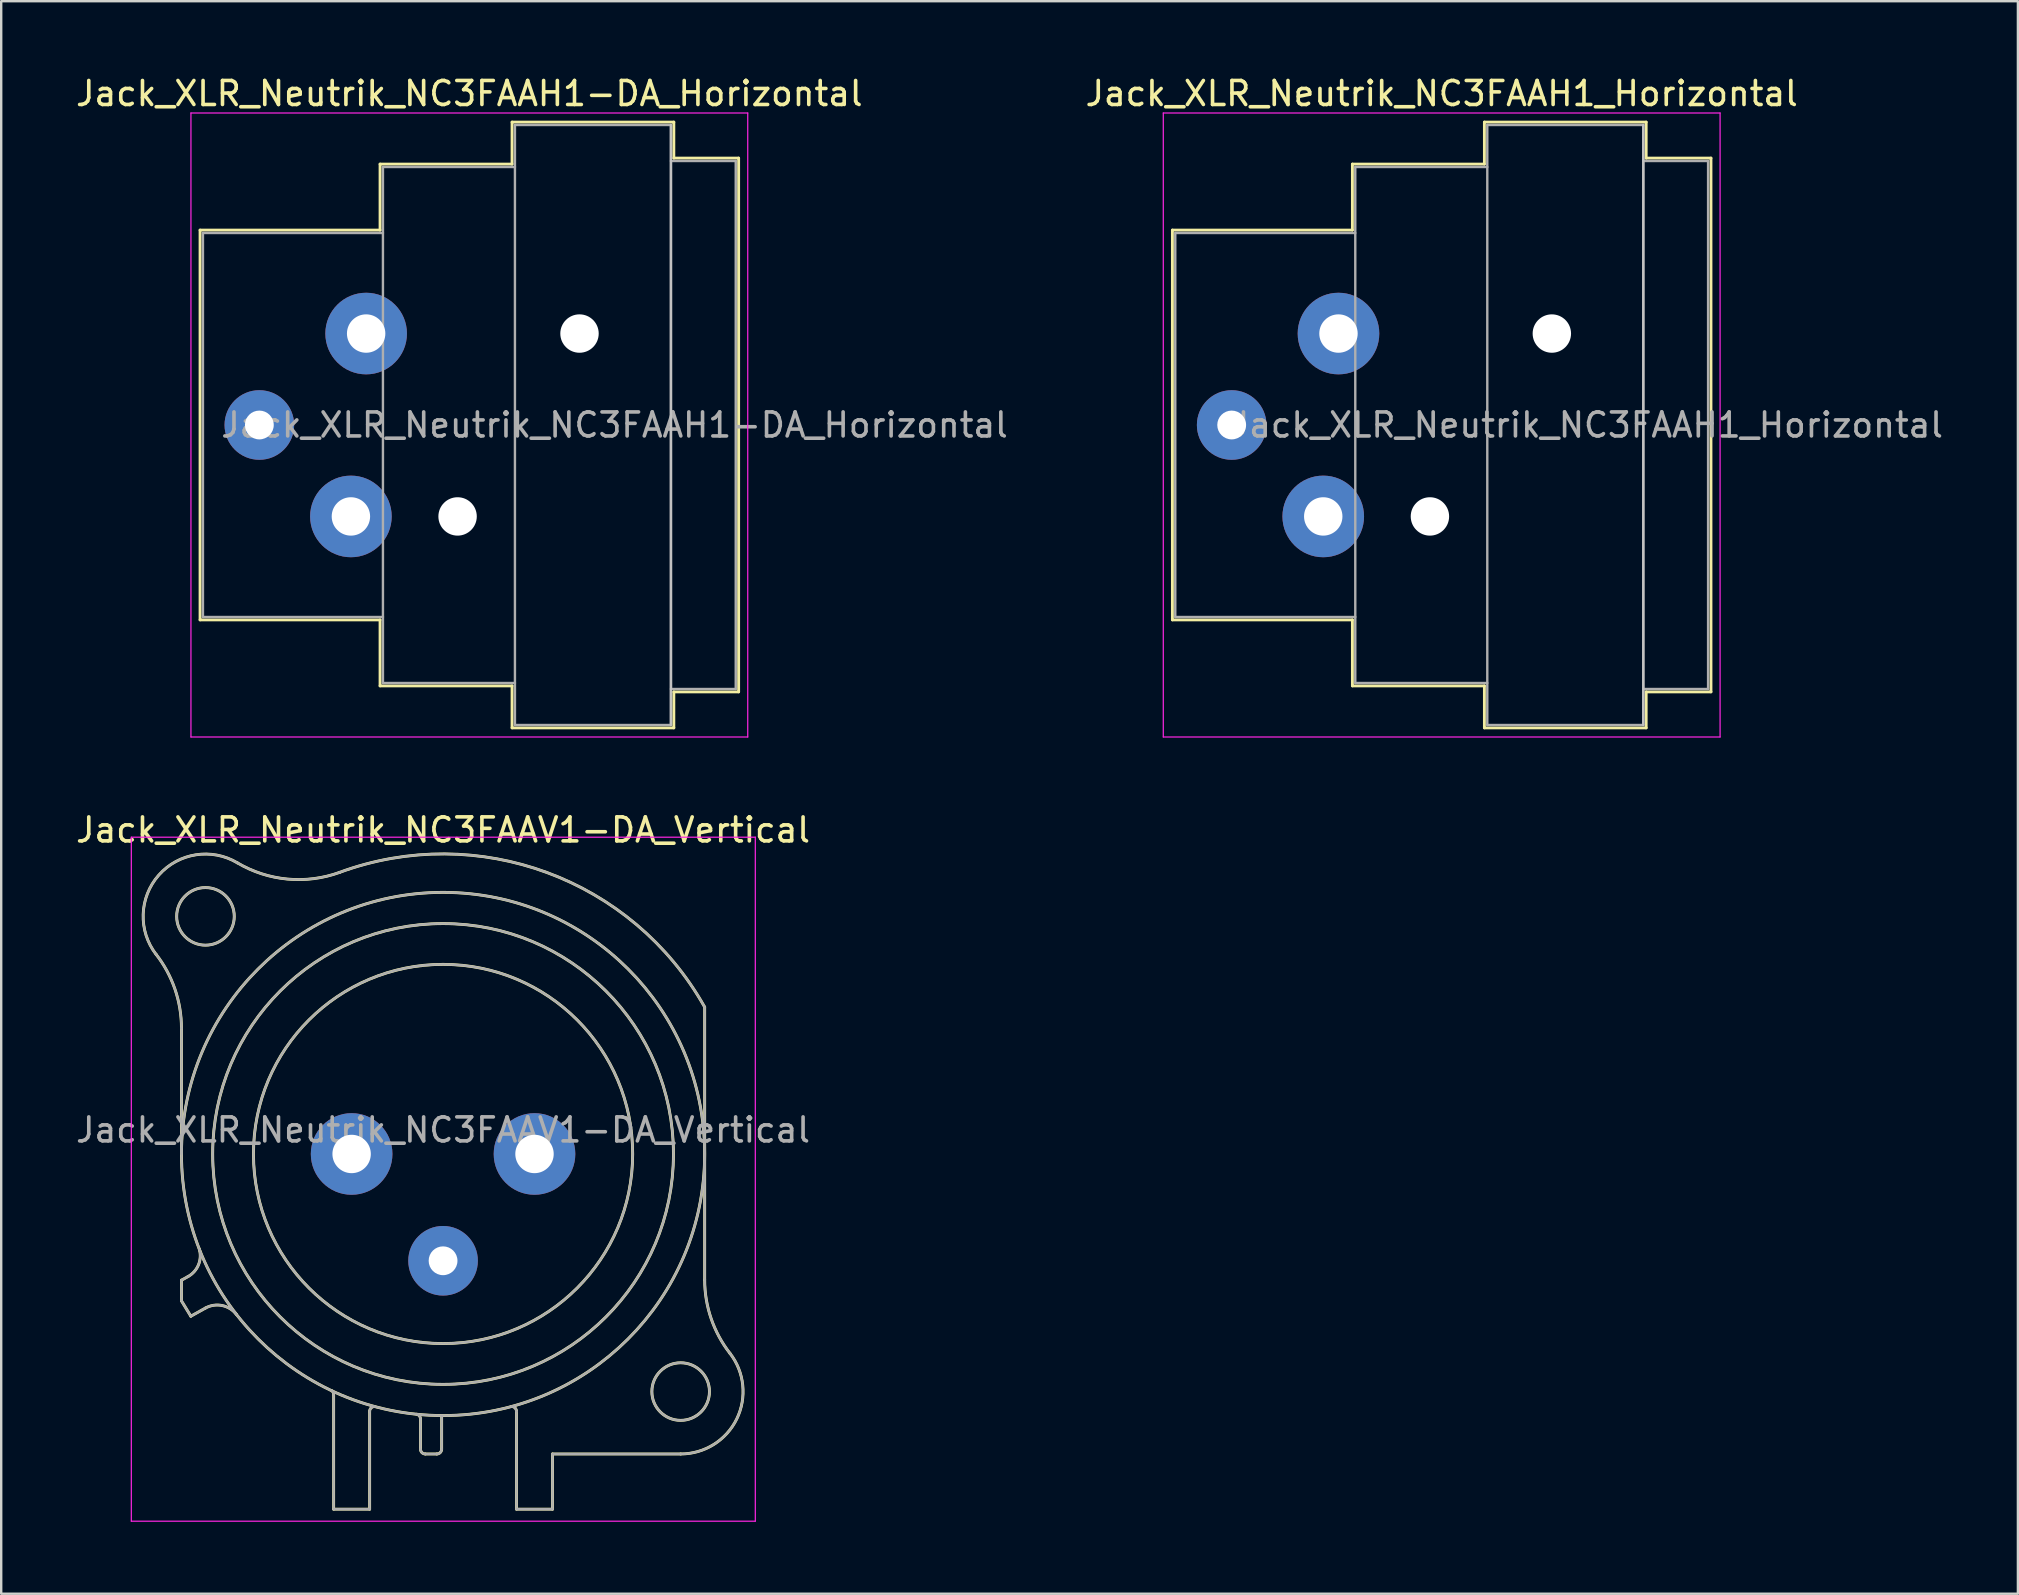
<source format=kicad_pcb>
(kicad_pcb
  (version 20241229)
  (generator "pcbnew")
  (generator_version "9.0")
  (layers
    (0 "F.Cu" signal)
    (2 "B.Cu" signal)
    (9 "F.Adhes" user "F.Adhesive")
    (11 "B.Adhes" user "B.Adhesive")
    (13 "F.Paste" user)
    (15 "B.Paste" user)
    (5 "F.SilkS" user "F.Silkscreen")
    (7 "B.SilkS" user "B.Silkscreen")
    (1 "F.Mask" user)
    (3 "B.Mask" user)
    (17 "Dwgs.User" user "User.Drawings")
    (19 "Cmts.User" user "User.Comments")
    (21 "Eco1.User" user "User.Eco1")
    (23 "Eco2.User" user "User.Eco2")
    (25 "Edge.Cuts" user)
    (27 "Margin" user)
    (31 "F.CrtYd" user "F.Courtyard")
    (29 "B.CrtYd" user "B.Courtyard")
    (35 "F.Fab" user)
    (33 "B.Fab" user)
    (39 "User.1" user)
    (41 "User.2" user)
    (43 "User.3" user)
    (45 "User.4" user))
  (footprint "Jack_XLR_Neutrik_NC3FAAH1-DA_Horizontal"
    (layer "F.Cu")
    (at 12.206 10.848)
    (property "Reference" "Jack_XLR_Neutrik_NC3FAAH1-DA_Horizontal" (at 4.3 -10 0) (layer "F.SilkS") (effects (font (size 1 1) (thickness 0.15))))
    (attr through_hole)
    (fp_line (start -6.92 -4.31) (end -6.92 11.93) (stroke (width 0.12) (type solid)) (layer "F.SilkS"))
    (fp_line (start 0.58 -7.06) (end 0.58 -4.31) (stroke (width 0.12) (type solid)) (layer "F.SilkS"))
    (fp_line (start 0.58 -4.31) (end -6.92 -4.31) (stroke (width 0.12) (type solid)) (layer "F.SilkS"))
    (fp_line (start 0.58 11.93) (end -6.92 11.93) (stroke (width 0.12) (type solid)) (layer "F.SilkS"))
    (fp_line (start 0.58 11.93) (end 0.58 14.68) (stroke (width 0.12) (type solid)) (layer "F.SilkS"))
    (fp_line (start 6.08 -7.06) (end 0.58 -7.06) (stroke (width 0.12) (type solid)) (layer "F.SilkS"))
    (fp_line (start 6.08 -7.06) (end 6.08 -8.81) (stroke (width 0.12) (type solid)) (layer "F.SilkS"))
    (fp_line (start 6.08 14.68) (end 0.58 14.68) (stroke (width 0.12) (type solid)) (layer "F.SilkS"))
    (fp_line (start 6.08 16.43) (end 6.08 14.68) (stroke (width 0.12) (type solid)) (layer "F.SilkS"))
    (fp_line (start 12.82 -8.81) (end 6.08 -8.81) (stroke (width 0.12) (type solid)) (layer "F.SilkS"))
    (fp_line (start 12.82 -8.81) (end 12.82 -7.31) (stroke (width 0.12) (type solid)) (layer "F.SilkS"))
    (fp_line (start 12.82 -7.31) (end 15.52 -7.31) (stroke (width 0.12) (type solid)) (layer "F.SilkS"))
    (fp_line (start 12.82 14.93) (end 12.82 16.43) (stroke (width 0.12) (type solid)) (layer "F.SilkS"))
    (fp_line (start 12.82 14.93) (end 15.52 14.93) (stroke (width 0.12) (type solid)) (layer "F.SilkS"))
    (fp_line (start 12.82 16.43) (end 6.08 16.43) (stroke (width 0.12) (type solid)) (layer "F.SilkS"))
    (fp_line (start 15.52 -7.31) (end 15.52 14.93) (stroke (width 0.12) (type solid)) (layer "F.SilkS"))
    (fp_line (start 12.7 -8.69) (end 12.7 16.31) (stroke (width 0.1) (type solid)) (layer "Dwgs.User"))
    (fp_line (start -7.3 -9.19) (end -7.3 16.81) (stroke (width 0.05) (type solid)) (layer "F.CrtYd"))
    (fp_line (start 15.9 -9.19) (end -7.3 -9.19) (stroke (width 0.05) (type solid)) (layer "F.CrtYd"))
    (fp_line (start 15.9 -9.19) (end 15.9 16.81) (stroke (width 0.05) (type solid)) (layer "F.CrtYd"))
    (fp_line (start 15.9 16.81) (end -7.3 16.81) (stroke (width 0.05) (type solid)) (layer "F.CrtYd"))
    (fp_line (start -6.8 -4.19) (end -6.8 11.81) (stroke (width 0.1) (type solid)) (layer "F.Fab"))
    (fp_line (start -6.8 11.81) (end 0.7 11.81) (stroke (width 0.1) (type solid)) (layer "F.Fab"))
    (fp_line (start 0.7 -6.94) (end 0.7 14.56) (stroke (width 0.1) (type solid)) (layer "F.Fab"))
    (fp_line (start 0.7 -4.19) (end -6.8 -4.19) (stroke (width 0.1) (type solid)) (layer "F.Fab"))
    (fp_line (start 0.7 14.56) (end 6.2 14.56) (stroke (width 0.1) (type solid)) (layer "F.Fab"))
    (fp_line (start 6.2 -8.69) (end 12.7 -8.69) (stroke (width 0.1) (type solid)) (layer "F.Fab"))
    (fp_line (start 6.2 -6.94) (end 0.7 -6.94) (stroke (width 0.1) (type solid)) (layer "F.Fab"))
    (fp_line (start 6.2 16.31) (end 6.2 -8.69) (stroke (width 0.1) (type solid)) (layer "F.Fab"))
    (fp_line (start 12.7 -8.69) (end 12.7 16.31) (stroke (width 0.1) (type solid)) (layer "F.Fab"))
    (fp_line (start 12.7 -7.19) (end 15.4 -7.19) (stroke (width 0.1) (type solid)) (layer "F.Fab"))
    (fp_line (start 12.7 16.31) (end 6.2 16.31) (stroke (width 0.1) (type solid)) (layer "F.Fab"))
    (fp_line (start 15.4 -7.19) (end 15.4 14.81) (stroke (width 0.1) (type solid)) (layer "F.Fab"))
    (fp_line (start 15.4 14.81) (end 12.7 14.81) (stroke (width 0.1) (type solid)) (layer "F.Fab"))
    (fp_text user "${REFERENCE}" (at 10.35 3.81 0) (layer "F.Fab") (effects (font (size 1 1) (thickness 0.15))))
    (pad "" np_thru_hole circle (at 3.81 7.62) (size 1.6 1.6) (drill 1.6) (layers "*.Cu" "*.Mask"))
    (pad "" np_thru_hole circle (at 8.89 0) (size 1.6 1.6) (drill 1.6) (layers "*.Cu" "*.Mask"))
    (pad "1" thru_hole circle (at 0 0) (size 3.4 3.4) (drill 1.6) (layers "*.Cu" "*.Mask"))
    (pad "2" thru_hole circle (at -0.635 7.62) (size 3.4 3.4) (drill 1.6) (layers "*.Cu" "*.Mask"))
    (pad "3" thru_hole circle (at -4.45 3.81) (size 2.9 2.9) (drill 1.2) (layers "*.Cu" "*.Mask")))
  (footprint "Jack_XLR_Neutrik_NC3FAAH1_Horizontal"
    (layer "F.Cu")
    (at 52.72 10.848)
    (property "Reference" "Jack_XLR_Neutrik_NC3FAAH1_Horizontal" (at 4.3 -10 0) (layer "F.SilkS") (effects (font (size 1 1) (thickness 0.15))))
    (attr through_hole)
    (fp_line (start -6.92 -4.31) (end -6.92 11.93) (stroke (width 0.12) (type solid)) (layer "F.SilkS"))
    (fp_line (start 0.58 -7.06) (end 0.58 -4.31) (stroke (width 0.12) (type solid)) (layer "F.SilkS"))
    (fp_line (start 0.58 -4.31) (end -6.92 -4.31) (stroke (width 0.12) (type solid)) (layer "F.SilkS"))
    (fp_line (start 0.58 11.93) (end -6.92 11.93) (stroke (width 0.12) (type solid)) (layer "F.SilkS"))
    (fp_line (start 0.58 11.93) (end 0.58 14.68) (stroke (width 0.12) (type solid)) (layer "F.SilkS"))
    (fp_line (start 6.08 -7.06) (end 0.58 -7.06) (stroke (width 0.12) (type solid)) (layer "F.SilkS"))
    (fp_line (start 6.08 -7.06) (end 6.08 -8.81) (stroke (width 0.12) (type solid)) (layer "F.SilkS"))
    (fp_line (start 6.08 14.68) (end 0.58 14.68) (stroke (width 0.12) (type solid)) (layer "F.SilkS"))
    (fp_line (start 6.08 16.43) (end 6.08 14.68) (stroke (width 0.12) (type solid)) (layer "F.SilkS"))
    (fp_line (start 12.82 -8.81) (end 6.08 -8.81) (stroke (width 0.12) (type solid)) (layer "F.SilkS"))
    (fp_line (start 12.82 -8.81) (end 12.82 -7.31) (stroke (width 0.12) (type solid)) (layer "F.SilkS"))
    (fp_line (start 12.82 -7.31) (end 15.52 -7.31) (stroke (width 0.12) (type solid)) (layer "F.SilkS"))
    (fp_line (start 12.82 14.93) (end 12.82 16.43) (stroke (width 0.12) (type solid)) (layer "F.SilkS"))
    (fp_line (start 12.82 14.93) (end 15.52 14.93) (stroke (width 0.12) (type solid)) (layer "F.SilkS"))
    (fp_line (start 12.82 16.43) (end 6.08 16.43) (stroke (width 0.12) (type solid)) (layer "F.SilkS"))
    (fp_line (start 15.52 -7.31) (end 15.52 14.93) (stroke (width 0.12) (type solid)) (layer "F.SilkS"))
    (fp_line (start 12.7 -8.69) (end 12.7 16.31) (stroke (width 0.1) (type solid)) (layer "Dwgs.User"))
    (fp_line (start -7.3 -9.19) (end -7.3 16.81) (stroke (width 0.05) (type solid)) (layer "F.CrtYd"))
    (fp_line (start 15.9 -9.19) (end -7.3 -9.19) (stroke (width 0.05) (type solid)) (layer "F.CrtYd"))
    (fp_line (start 15.9 -9.19) (end 15.9 16.81) (stroke (width 0.05) (type solid)) (layer "F.CrtYd"))
    (fp_line (start 15.9 16.81) (end -7.3 16.81) (stroke (width 0.05) (type solid)) (layer "F.CrtYd"))
    (fp_line (start -6.8 -4.19) (end -6.8 11.81) (stroke (width 0.1) (type solid)) (layer "F.Fab"))
    (fp_line (start -6.8 11.81) (end 0.7 11.81) (stroke (width 0.1) (type solid)) (layer "F.Fab"))
    (fp_line (start 0.7 -6.94) (end 0.7 14.56) (stroke (width 0.1) (type solid)) (layer "F.Fab"))
    (fp_line (start 0.7 -4.19) (end -6.8 -4.19) (stroke (width 0.1) (type solid)) (layer "F.Fab"))
    (fp_line (start 0.7 14.56) (end 6.2 14.56) (stroke (width 0.1) (type solid)) (layer "F.Fab"))
    (fp_line (start 6.2 -8.69) (end 12.7 -8.69) (stroke (width 0.1) (type solid)) (layer "F.Fab"))
    (fp_line (start 6.2 -6.94) (end 0.7 -6.94) (stroke (width 0.1) (type solid)) (layer "F.Fab"))
    (fp_line (start 6.2 16.31) (end 6.2 -8.69) (stroke (width 0.1) (type solid)) (layer "F.Fab"))
    (fp_line (start 12.7 -8.69) (end 12.7 16.31) (stroke (width 0.1) (type solid)) (layer "F.Fab"))
    (fp_line (start 12.7 -7.19) (end 15.4 -7.19) (stroke (width 0.1) (type solid)) (layer "F.Fab"))
    (fp_line (start 12.7 16.31) (end 6.2 16.31) (stroke (width 0.1) (type solid)) (layer "F.Fab"))
    (fp_line (start 15.4 -7.19) (end 15.4 14.81) (stroke (width 0.1) (type solid)) (layer "F.Fab"))
    (fp_line (start 15.4 14.81) (end 12.7 14.81) (stroke (width 0.1) (type solid)) (layer "F.Fab"))
    (fp_text user "${REFERENCE}" (at 10.35 3.81 0) (layer "F.Fab") (effects (font (size 1 1) (thickness 0.15))))
    (pad "" np_thru_hole circle (at 3.81 7.62) (size 1.6 1.6) (drill 1.6) (layers "*.Cu" "*.Mask"))
    (pad "" np_thru_hole circle (at 8.89 0) (size 1.6 1.6) (drill 1.6) (layers "*.Cu" "*.Mask"))
    (pad "1" thru_hole circle (at 0 0) (size 3.4 3.4) (drill 1.6) (layers "*.Cu" "*.Mask"))
    (pad "2" thru_hole circle (at -0.635 7.62) (size 3.4 3.4) (drill 1.6) (layers "*.Cu" "*.Mask"))
    (pad "3" thru_hole circle (at -4.45 3.81) (size 2.9 2.9) (drill 1.2) (layers "*.Cu" "*.Mask")))
  (footprint "Jack_XLR_Neutrik_NC3FAAV1-DA_Vertical"
    (layer "F.Cu")
    (at 19.221 45.032)
    (property "Reference" "Jack_XLR_Neutrik_NC3FAAV1-DA_Vertical" (at -3.81 -13.5 0) (layer "F.SilkS") (effects (font (size 1 1) (thickness 0.15))))
    (attr through_hole)
    (fp_line (start -14.71 0) (end -14.71 -5.24) (stroke (width 0.12) (type solid)) (layer "F.SilkS"))
    (fp_line (start -14.71 5.26) (end -14.44 5.11) (stroke (width 0.12) (type solid)) (layer "F.SilkS"))
    (fp_line (start -14.71 6.12) (end -14.71 5.26) (stroke (width 0.12) (type solid)) (layer "F.SilkS"))
    (fp_line (start -14.32 6.76) (end -14.71 6.12) (stroke (width 0.12) (type solid)) (layer "F.SilkS"))
    (fp_line (start -13.71 6.42) (end -14.32 6.76) (stroke (width 0.12) (type solid)) (layer "F.SilkS"))
    (fp_line (start -8.37 10.03) (end -8.37 14.8) (stroke (width 0.12) (type solid)) (layer "F.SilkS"))
    (fp_line (start -6.87 14.8) (end -8.37 14.8) (stroke (width 0.12) (type solid)) (layer "F.SilkS"))
    (fp_line (start -6.87 14.8) (end -6.87 10.73) (stroke (width 0.12) (type solid)) (layer "F.SilkS"))
    (fp_line (start -4.75 11.04) (end -4.75 12.3) (stroke (width 0.12) (type solid)) (layer "F.SilkS"))
    (fp_line (start -4.07 12.5) (end -4.55 12.5) (stroke (width 0.12) (type solid)) (layer "F.SilkS"))
    (fp_line (start -3.87 10.9) (end -3.87 12.3) (stroke (width 0.12) (type solid)) (layer "F.SilkS"))
    (fp_line (start -0.75 10.73) (end -0.75 10.73) (stroke (width 0.12) (type solid)) (layer "F.SilkS"))
    (fp_line (start -0.75 14.8) (end -0.75 10.73) (stroke (width 0.12) (type solid)) (layer "F.SilkS"))
    (fp_line (start 0.75 12.5) (end 6.09 12.5) (stroke (width 0.12) (type solid)) (layer "F.SilkS"))
    (fp_line (start 0.75 14.8) (end -0.75 14.8) (stroke (width 0.12) (type solid)) (layer "F.SilkS"))
    (fp_line (start 0.75 14.8) (end 0.75 12.5) (stroke (width 0.12) (type solid)) (layer "F.SilkS"))
    (fp_line (start 7.09 5.24) (end 7.09 -6.12) (stroke (width 0.12) (type solid)) (layer "F.SilkS"))
    (fp_arc (start -15.766689 -8.317569) (mid -14.98153 -6.866962) (end -14.71 -5.24) (stroke (width 0.12) (type solid)) (layer "F.SilkS"))
    (fp_arc (start -15.761979 -8.309032) (mid -15.65429 -11.620911) (end -12.38 -12.13) (stroke (width 0.12) (type solid)) (layer "F.SilkS"))
    (fp_arc (start -13.969214 3.951372) (mid -13.999461 4.614043) (end -14.44 5.11) (stroke (width 0.12) (type solid)) (layer "F.SilkS"))
    (fp_arc (start -13.71 6.42) (mid -13.01025 6.315915) (end -12.412202 6.693832) (stroke (width 0.12) (type solid)) (layer "F.SilkS"))
    (fp_arc (start -8.436364 9.870864) (mid -8.385177 9.942924) (end -8.37 10.03) (stroke (width 0.12) (type solid)) (layer "F.SilkS"))
    (fp_arc (start -8.12905 -11.730738) (mid 0.51404 -11.7289) (end 7.09 -6.12) (stroke (width 0.12) (type solid)) (layer "F.SilkS"))
    (fp_arc (start -8.118081 -11.733841) (mid -10.293498 -11.453642) (end -12.38 -12.13) (stroke (width 0.12) (type solid)) (layer "F.SilkS"))
    (fp_arc (start -6.87 10.73) (mid -6.814828 10.588126) (end -6.678303 10.520799) (stroke (width 0.12) (type solid)) (layer "F.SilkS"))
    (fp_arc (start -4.908418 10.84437) (mid -4.794571 10.914136) (end -4.75 11.04) (stroke (width 0.12) (type solid)) (layer "F.SilkS"))
    (fp_arc (start -4.55 12.5) (mid -4.691421 12.441421) (end -4.75 12.3) (stroke (width 0.12) (type solid)) (layer "F.SilkS"))
    (fp_arc (start -3.87 12.3) (mid -3.928579 12.441421) (end -4.07 12.5) (stroke (width 0.12) (type solid)) (layer "F.SilkS"))
    (fp_arc (start -0.949009 10.520288) (mid -0.807671 10.585446) (end -0.75 10.73) (stroke (width 0.12) (type solid)) (layer "F.SilkS"))
    (fp_arc (start 8.141619 8.302858) (mid 8.42587 11.041804) (end 6.09 12.5) (stroke (width 0.12) (type solid)) (layer "F.SilkS"))
    (fp_arc (start 8.14247 8.305283) (mid 7.360446 6.860467) (end 7.09 5.24) (stroke (width 0.12) (type solid)) (layer "F.SilkS"))
    (fp_circle (center -13.71 -9.9) (end -12.51 -9.9) (stroke (width 0.12) (type solid)) (fill no) (layer "F.SilkS"))
    (fp_circle (center -3.81 0) (end 4.09 0) (stroke (width 0.12) (type solid)) (fill no) (layer "F.SilkS"))
    (fp_circle (center -3.81 0) (end 5.79 0) (stroke (width 0.12) (type solid)) (fill no) (layer "F.SilkS"))
    (fp_circle (center -3.81 0) (end 7.09 0) (stroke (width 0.12) (type solid)) (fill no) (layer "F.SilkS"))
    (fp_circle (center 6.09 9.9) (end 7.29 9.9) (stroke (width 0.12) (type solid)) (fill no) (layer "F.SilkS"))
    (fp_line (start -16.8 -13.2) (end 9.2 -13.2) (stroke (width 0.05) (type solid)) (layer "F.CrtYd"))
    (fp_line (start -16.8 15.3) (end -16.8 -13.2) (stroke (width 0.05) (type solid)) (layer "F.CrtYd"))
    (fp_line (start 9.2 -13.2) (end 9.2 15.3) (stroke (width 0.05) (type solid)) (layer "F.CrtYd"))
    (fp_line (start 9.2 15.3) (end -16.8 15.3) (stroke (width 0.05) (type solid)) (layer "F.CrtYd"))
    (fp_line (start -14.71 0) (end -14.71 -5.24) (stroke (width 0.1) (type solid)) (layer "F.Fab"))
    (fp_line (start -14.71 5.26) (end -14.44 5.11) (stroke (width 0.1) (type solid)) (layer "F.Fab"))
    (fp_line (start -14.71 6.12) (end -14.71 5.26) (stroke (width 0.1) (type solid)) (layer "F.Fab"))
    (fp_line (start -14.32 6.76) (end -14.71 6.12) (stroke (width 0.1) (type solid)) (layer "F.Fab"))
    (fp_line (start -13.71 6.42) (end -14.32 6.76) (stroke (width 0.1) (type solid)) (layer "F.Fab"))
    (fp_line (start -8.37 10.03) (end -8.37 14.8) (stroke (width 0.1) (type solid)) (layer "F.Fab"))
    (fp_line (start -6.87 14.8) (end -8.37 14.8) (stroke (width 0.1) (type solid)) (layer "F.Fab"))
    (fp_line (start -6.87 14.8) (end -6.87 10.73) (stroke (width 0.1) (type solid)) (layer "F.Fab"))
    (fp_line (start -4.75 11.04) (end -4.75 12.3) (stroke (width 0.1) (type solid)) (layer "F.Fab"))
    (fp_line (start -4.07 12.5) (end -4.55 12.5) (stroke (width 0.1) (type solid)) (layer "F.Fab"))
    (fp_line (start -3.87 10.9) (end -3.87 12.3) (stroke (width 0.1) (type solid)) (layer "F.Fab"))
    (fp_line (start -0.75 10.73) (end -0.75 10.73) (stroke (width 0.1) (type solid)) (layer "F.Fab"))
    (fp_line (start -0.75 14.8) (end -0.75 10.73) (stroke (width 0.1) (type solid)) (layer "F.Fab"))
    (fp_line (start 0.75 12.5) (end 6.09 12.5) (stroke (width 0.1) (type solid)) (layer "F.Fab"))
    (fp_line (start 0.75 14.8) (end -0.75 14.8) (stroke (width 0.1) (type solid)) (layer "F.Fab"))
    (fp_line (start 0.75 14.8) (end 0.75 12.5) (stroke (width 0.1) (type solid)) (layer "F.Fab"))
    (fp_line (start 7.09 5.24) (end 7.09 -6.12) (stroke (width 0.1) (type solid)) (layer "F.Fab"))
    (fp_arc (start -15.766689 -8.317569) (mid -14.98153 -6.866962) (end -14.71 -5.24) (stroke (width 0.1) (type solid)) (layer "F.Fab"))
    (fp_arc (start -15.761979 -8.309032) (mid -15.65429 -11.620911) (end -12.38 -12.13) (stroke (width 0.1) (type solid)) (layer "F.Fab"))
    (fp_arc (start -13.969214 3.951372) (mid -13.999461 4.614043) (end -14.44 5.11) (stroke (width 0.1) (type solid)) (layer "F.Fab"))
    (fp_arc (start -13.71 6.42) (mid -13.01025 6.315915) (end -12.412202 6.693832) (stroke (width 0.1) (type solid)) (layer "F.Fab"))
    (fp_arc (start -8.436364 9.870864) (mid -8.385177 9.942924) (end -8.37 10.03) (stroke (width 0.1) (type solid)) (layer "F.Fab"))
    (fp_arc (start -8.12905 -11.730738) (mid 0.51404 -11.7289) (end 7.09 -6.12) (stroke (width 0.1) (type solid)) (layer "F.Fab"))
    (fp_arc (start -8.118081 -11.733841) (mid -10.293498 -11.453642) (end -12.38 -12.13) (stroke (width 0.1) (type solid)) (layer "F.Fab"))
    (fp_arc (start -6.87 10.73) (mid -6.814828 10.588126) (end -6.678303 10.520799) (stroke (width 0.1) (type solid)) (layer "F.Fab"))
    (fp_arc (start -4.908418 10.84437) (mid -4.794571 10.914136) (end -4.75 11.04) (stroke (width 0.1) (type solid)) (layer "F.Fab"))
    (fp_arc (start -4.55 12.5) (mid -4.691421 12.441421) (end -4.75 12.3) (stroke (width 0.1) (type solid)) (layer "F.Fab"))
    (fp_arc (start -3.87 12.3) (mid -3.928579 12.441421) (end -4.07 12.5) (stroke (width 0.1) (type solid)) (layer "F.Fab"))
    (fp_arc (start -0.949009 10.520288) (mid -0.807671 10.585446) (end -0.75 10.73) (stroke (width 0.1) (type solid)) (layer "F.Fab"))
    (fp_arc (start 8.141619 8.302858) (mid 8.42587 11.041804) (end 6.09 12.5) (stroke (width 0.1) (type solid)) (layer "F.Fab"))
    (fp_arc (start 8.14247 8.305283) (mid 7.360446 6.860467) (end 7.09 5.24) (stroke (width 0.1) (type solid)) (layer "F.Fab"))
    (fp_circle (center -13.71 -9.9) (end -12.51 -9.9) (stroke (width 0.1) (type solid)) (fill no) (layer "F.Fab"))
    (fp_circle (center -3.81 0) (end 4.09 0) (stroke (width 0.1) (type solid)) (fill no) (layer "F.Fab"))
    (fp_circle (center -3.81 0) (end 5.79 0) (stroke (width 0.1) (type solid)) (fill no) (layer "F.Fab"))
    (fp_circle (center -3.81 0) (end 7.09 0) (stroke (width 0.1) (type solid)) (fill no) (layer "F.Fab"))
    (fp_circle (center 6.09 9.9) (end 7.29 9.9) (stroke (width 0.1) (type solid)) (fill no) (layer "F.Fab"))
    (fp_text user "${REFERENCE}" (at -3.81 -1 0) (layer "F.Fab") (effects (font (size 1 1) (thickness 0.15))))
    (pad "1" thru_hole circle (at 0 0) (size 3.4 3.4) (drill 1.6) (layers "*.Cu" "*.Mask"))
    (pad "2" thru_hole circle (at -7.62 0) (size 3.4 3.4) (drill 1.6) (layers "*.Cu" "*.Mask"))
    (pad "3" thru_hole circle (at -3.81 4.45) (size 2.9 2.9) (drill 1.2) (layers "*.Cu" "*.Mask")))
  (gr_rect
    (start -3 -3)
    (end 81.029 63.356)
    (stroke (width 0.1) (type default))
    (fill no)
    (layer "Edge.Cuts")))
</source>
